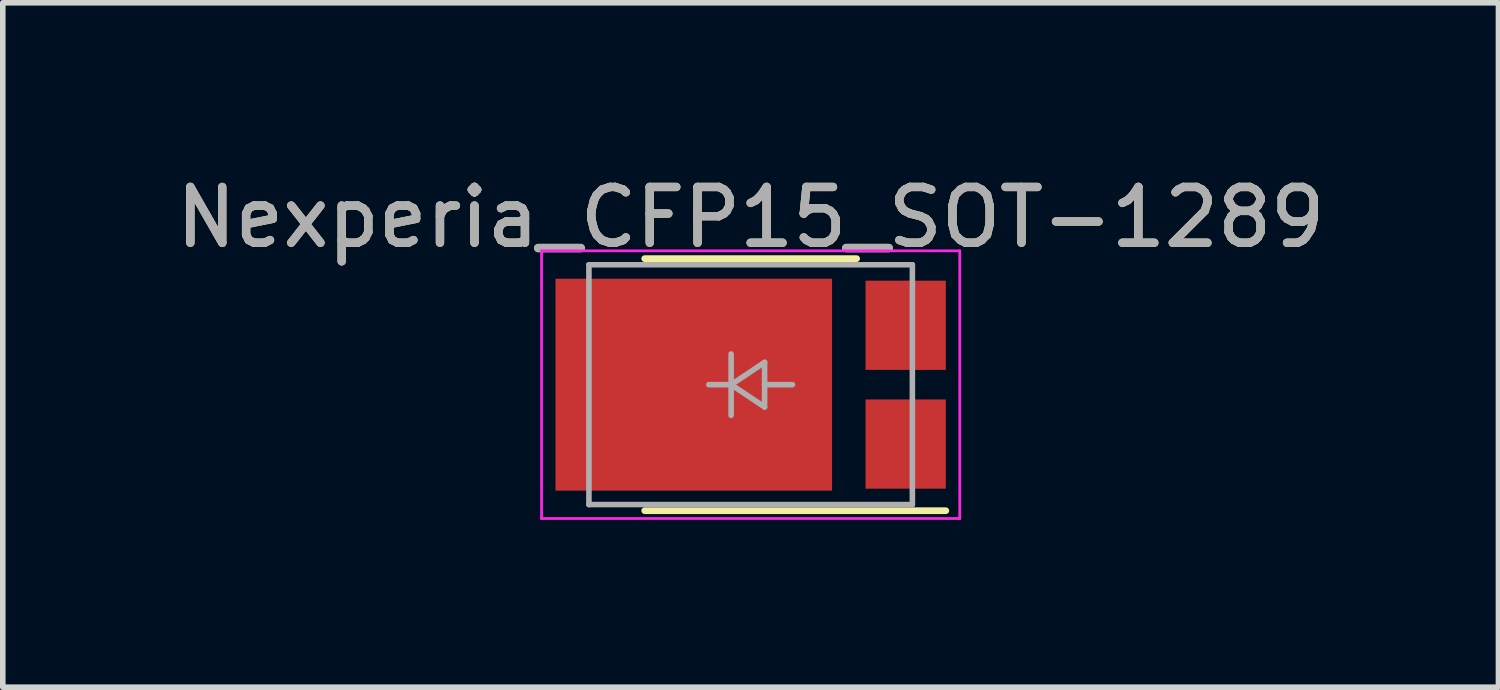
<source format=kicad_pcb>
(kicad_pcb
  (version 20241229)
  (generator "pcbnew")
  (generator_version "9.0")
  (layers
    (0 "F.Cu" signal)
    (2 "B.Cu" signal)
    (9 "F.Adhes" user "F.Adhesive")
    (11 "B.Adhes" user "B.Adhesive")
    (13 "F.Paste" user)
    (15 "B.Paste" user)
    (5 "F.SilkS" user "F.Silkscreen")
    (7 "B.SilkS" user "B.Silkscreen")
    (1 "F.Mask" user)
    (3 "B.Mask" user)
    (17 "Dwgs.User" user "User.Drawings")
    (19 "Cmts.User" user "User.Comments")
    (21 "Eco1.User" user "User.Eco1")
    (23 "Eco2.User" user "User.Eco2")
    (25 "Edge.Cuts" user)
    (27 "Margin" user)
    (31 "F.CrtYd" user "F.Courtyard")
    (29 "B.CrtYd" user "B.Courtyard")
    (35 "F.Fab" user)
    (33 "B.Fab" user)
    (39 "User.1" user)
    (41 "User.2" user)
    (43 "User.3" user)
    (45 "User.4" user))
  (footprint "Nexperia_CFP15_SOT-1289"
    (layer "F.Cu")
    (at 10.411 3.848)
    (property "Reference" "Nexperia_CFP15_SOT-1289" (at 0 -3 0) (layer "F.SilkS") (effects (font (size 1 1) (thickness 0.15))))
    (attr smd)
    (fp_line (start -1.9 -2.26) (end 1.9 -2.26) (stroke (width 0.12) (type solid)) (layer "F.SilkS"))
    (fp_line (start -1.9 2.26) (end 3.5 2.26) (stroke (width 0.12) (type solid)) (layer "F.SilkS"))
    (fp_line (start -3.75 -2.4) (end -3.75 2.4) (stroke (width 0.05) (type solid)) (layer "F.CrtYd"))
    (fp_line (start -3.75 -2.4) (end 3.75 -2.4) (stroke (width 0.05) (type solid)) (layer "F.CrtYd"))
    (fp_line (start 3.75 -2.4) (end 3.75 2.4) (stroke (width 0.05) (type solid)) (layer "F.CrtYd"))
    (fp_line (start 3.75 2.4) (end -3.75 2.4) (stroke (width 0.05) (type solid)) (layer "F.CrtYd"))
    (fp_line (start -2.9 -2.15) (end 2.9 -2.15) (stroke (width 0.1) (type solid)) (layer "F.Fab"))
    (fp_line (start -2.9 2.15) (end -2.9 -2.15) (stroke (width 0.1) (type solid)) (layer "F.Fab"))
    (fp_line (start -0.75 0) (end -0.35 0) (stroke (width 0.1) (type solid)) (layer "F.Fab"))
    (fp_line (start -0.35 -0.55) (end -0.35 0.55) (stroke (width 0.1) (type solid)) (layer "F.Fab"))
    (fp_line (start -0.35 0) (end 0.25 -0.4) (stroke (width 0.1) (type solid)) (layer "F.Fab"))
    (fp_line (start 0.25 -0.4) (end 0.25 0.4) (stroke (width 0.1) (type solid)) (layer "F.Fab"))
    (fp_line (start 0.25 0) (end 0.75 0) (stroke (width 0.1) (type solid)) (layer "F.Fab"))
    (fp_line (start 0.25 0.4) (end -0.35 0) (stroke (width 0.1) (type solid)) (layer "F.Fab"))
    (fp_line (start 2.9 -2.15) (end 2.9 2.15) (stroke (width 0.1) (type solid)) (layer "F.Fab"))
    (fp_line (start 2.9 2.15) (end -2.9 2.15) (stroke (width 0.1) (type solid)) (layer "F.Fab"))
    (fp_text user "${REFERENCE}" (at 0 -3 0) (layer "F.Fab") (effects (font (size 1 1) (thickness 0.15))))
    (pad "" smd rect (at -3.15 0) (size 0.6 2.4) (layers "F.Paste"))
    (pad "" smd rect (at -1.7 -0.95) (size 1.9 1.7) (layers "F.Paste"))
    (pad "" smd rect (at -1.7 0.95) (size 1.9 1.7) (layers "F.Paste"))
    (pad "" smd rect (at 0.4 -0.95) (size 1.9 1.7) (layers "F.Paste"))
    (pad "" smd rect (at 0.4 0.95) (size 1.9 1.7) (layers "F.Paste"))
    (pad "1" smd rect (at 2.78 1.065) (size 1.44 1.6) (layers "F.Cu" "F.Mask" "F.Paste"))
    (pad "2" smd rect (at 2.78 -1.065) (size 1.44 1.6) (layers "F.Cu" "F.Mask" "F.Paste"))
    (pad "3" smd rect (at -1.02 0) (size 4.96 3.8) (layers "F.Cu" "F.Mask")))
  (gr_rect
    (start -3 -3)
    (end 23.821 9.273)
    (stroke (width 0.1) (type default))
    (fill no)
    (layer "Edge.Cuts")))
</source>
